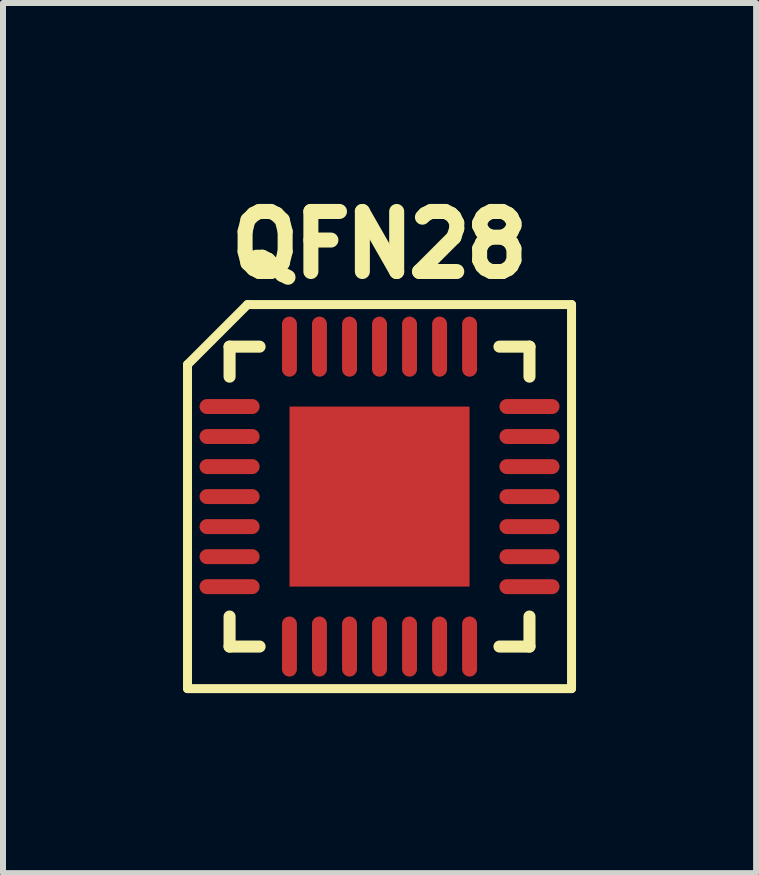
<source format=kicad_pcb>
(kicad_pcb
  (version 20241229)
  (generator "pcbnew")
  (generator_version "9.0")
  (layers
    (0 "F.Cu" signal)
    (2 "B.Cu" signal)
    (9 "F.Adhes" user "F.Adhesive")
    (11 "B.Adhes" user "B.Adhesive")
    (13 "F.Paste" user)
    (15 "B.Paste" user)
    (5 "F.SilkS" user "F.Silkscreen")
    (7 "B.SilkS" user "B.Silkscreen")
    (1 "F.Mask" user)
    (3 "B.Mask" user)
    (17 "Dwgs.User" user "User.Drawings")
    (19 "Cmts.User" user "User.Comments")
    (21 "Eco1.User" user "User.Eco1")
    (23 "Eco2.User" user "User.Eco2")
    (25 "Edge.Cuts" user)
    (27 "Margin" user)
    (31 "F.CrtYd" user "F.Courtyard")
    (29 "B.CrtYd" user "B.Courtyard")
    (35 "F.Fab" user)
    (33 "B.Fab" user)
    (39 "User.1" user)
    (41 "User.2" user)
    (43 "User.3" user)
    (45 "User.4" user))
  (footprint "QFN28"
    (layer "F.Cu")
    (at 3.275 5.226)
    (property "Reference" "QFN28" (at 0 -4.201 0) (layer "F.SilkS") (effects (font (size 1.001 1.001) (thickness 0.305))))
    (attr through_hole)
    (fp_line (start -3.2 -2.2) (end -3.2 3.2) (stroke (width 0.15) (type solid)) (layer "F.SilkS"))
    (fp_line (start -3.2 3.2) (end 3.2 3.2) (stroke (width 0.15) (type solid)) (layer "F.SilkS"))
    (fp_line (start -2.499 -2.499) (end -2.499 -1.999) (stroke (width 0.201) (type solid)) (layer "F.SilkS"))
    (fp_line (start -2.499 1.999) (end -2.499 2.499) (stroke (width 0.201) (type solid)) (layer "F.SilkS"))
    (fp_line (start -2.499 2.499) (end -1.999 2.499) (stroke (width 0.201) (type solid)) (layer "F.SilkS"))
    (fp_line (start -2.2 -3.2) (end -3.2 -2.2) (stroke (width 0.15) (type solid)) (layer "F.SilkS"))
    (fp_line (start -1.999 -2.499) (end -2.499 -2.499) (stroke (width 0.201) (type solid)) (layer "F.SilkS"))
    (fp_line (start 1.999 2.499) (end 2.499 2.499) (stroke (width 0.201) (type solid)) (layer "F.SilkS"))
    (fp_line (start 2.499 -2.499) (end 1.999 -2.499) (stroke (width 0.201) (type solid)) (layer "F.SilkS"))
    (fp_line (start 2.499 -1.999) (end 2.499 -2.499) (stroke (width 0.201) (type solid)) (layer "F.SilkS"))
    (fp_line (start 2.499 2.499) (end 2.499 1.999) (stroke (width 0.201) (type solid)) (layer "F.SilkS"))
    (fp_line (start 3.2 -3.2) (end -2.2 -3.2) (stroke (width 0.15) (type solid)) (layer "F.SilkS"))
    (fp_line (start 3.2 3.2) (end 3.2 -3.2) (stroke (width 0.15) (type solid)) (layer "F.SilkS"))
    (pad "1" smd oval (at -2.499 -1.501) (size 1.001 0.249) (layers "F.Cu" "F.Mask" "F.Paste"))
    (pad "1" smd rect (at 0 0) (size 3 3) (layers "F.Cu" "F.Mask" "F.Paste"))
    (pad "2" smd oval (at -2.499 -1.001) (size 1.001 0.249) (layers "F.Cu" "F.Mask" "F.Paste"))
    (pad "3" smd oval (at -2.499 -0.5) (size 1.001 0.249) (layers "F.Cu" "F.Mask" "F.Paste"))
    (pad "4" smd oval (at -2.499 0) (size 1.001 0.249) (layers "F.Cu" "F.Mask" "F.Paste"))
    (pad "5" smd oval (at -2.499 0.5) (size 1.001 0.249) (layers "F.Cu" "F.Mask" "F.Paste"))
    (pad "6" smd oval (at -2.499 1.001) (size 1.001 0.249) (layers "F.Cu" "F.Mask" "F.Paste"))
    (pad "7" smd oval (at -2.499 1.501) (size 1.001 0.249) (layers "F.Cu" "F.Mask" "F.Paste"))
    (pad "8" smd oval (at -1.501 2.499 90) (size 1.001 0.249) (layers "F.Cu" "F.Mask" "F.Paste"))
    (pad "9" smd oval (at -1.001 2.499 90) (size 1.001 0.249) (layers "F.Cu" "F.Mask" "F.Paste"))
    (pad "10" smd oval (at -0.5 2.499 90) (size 1.001 0.249) (layers "F.Cu" "F.Mask" "F.Paste"))
    (pad "11" smd oval (at 0 2.499 90) (size 1.001 0.249) (layers "F.Cu" "F.Mask" "F.Paste"))
    (pad "12" smd oval (at 0.5 2.499 90) (size 1.001 0.249) (layers "F.Cu" "F.Mask" "F.Paste"))
    (pad "13" smd oval (at 1.001 2.499 90) (size 1.001 0.249) (layers "F.Cu" "F.Mask" "F.Paste"))
    (pad "14" smd oval (at 1.501 2.499 90) (size 1.001 0.249) (layers "F.Cu" "F.Mask" "F.Paste"))
    (pad "15" smd oval (at 2.499 1.501 180) (size 1.001 0.249) (layers "F.Cu" "F.Mask" "F.Paste"))
    (pad "16" smd oval (at 2.499 1.001 180) (size 1.001 0.249) (layers "F.Cu" "F.Mask" "F.Paste"))
    (pad "17" smd oval (at 2.499 0.5 180) (size 1.001 0.249) (layers "F.Cu" "F.Mask" "F.Paste"))
    (pad "18" smd oval (at 2.499 0 180) (size 1.001 0.249) (layers "F.Cu" "F.Mask" "F.Paste"))
    (pad "19" smd oval (at 2.499 -0.5 180) (size 1.001 0.249) (layers "F.Cu" "F.Mask" "F.Paste"))
    (pad "20" smd oval (at 2.499 -1.001 180) (size 1.001 0.249) (layers "F.Cu" "F.Mask" "F.Paste"))
    (pad "21" smd oval (at 2.499 -1.501 180) (size 1.001 0.249) (layers "F.Cu" "F.Mask" "F.Paste"))
    (pad "22" smd oval (at 1.501 -2.499 270) (size 1.001 0.249) (layers "F.Cu" "F.Mask" "F.Paste"))
    (pad "23" smd oval (at 1.001 -2.499 270) (size 1.001 0.249) (layers "F.Cu" "F.Mask" "F.Paste"))
    (pad "24" smd oval (at 0.5 -2.499 270) (size 1.001 0.249) (layers "F.Cu" "F.Mask" "F.Paste"))
    (pad "25" smd oval (at 0 -2.499 270) (size 1.001 0.249) (layers "F.Cu" "F.Mask" "F.Paste"))
    (pad "26" smd oval (at -0.5 -2.499 270) (size 1.001 0.249) (layers "F.Cu" "F.Mask" "F.Paste"))
    (pad "27" smd oval (at -1.001 -2.499 270) (size 1.001 0.249) (layers "F.Cu" "F.Mask" "F.Paste"))
    (pad "28" smd oval (at -1.501 -2.499 270) (size 1.001 0.249) (layers "F.Cu" "F.Mask" "F.Paste")))
  (gr_rect
    (start -3 -3)
    (end 9.551 11.501)
    (stroke (width 0.1) (type default))
    (fill no)
    (layer "Edge.Cuts")))
</source>
